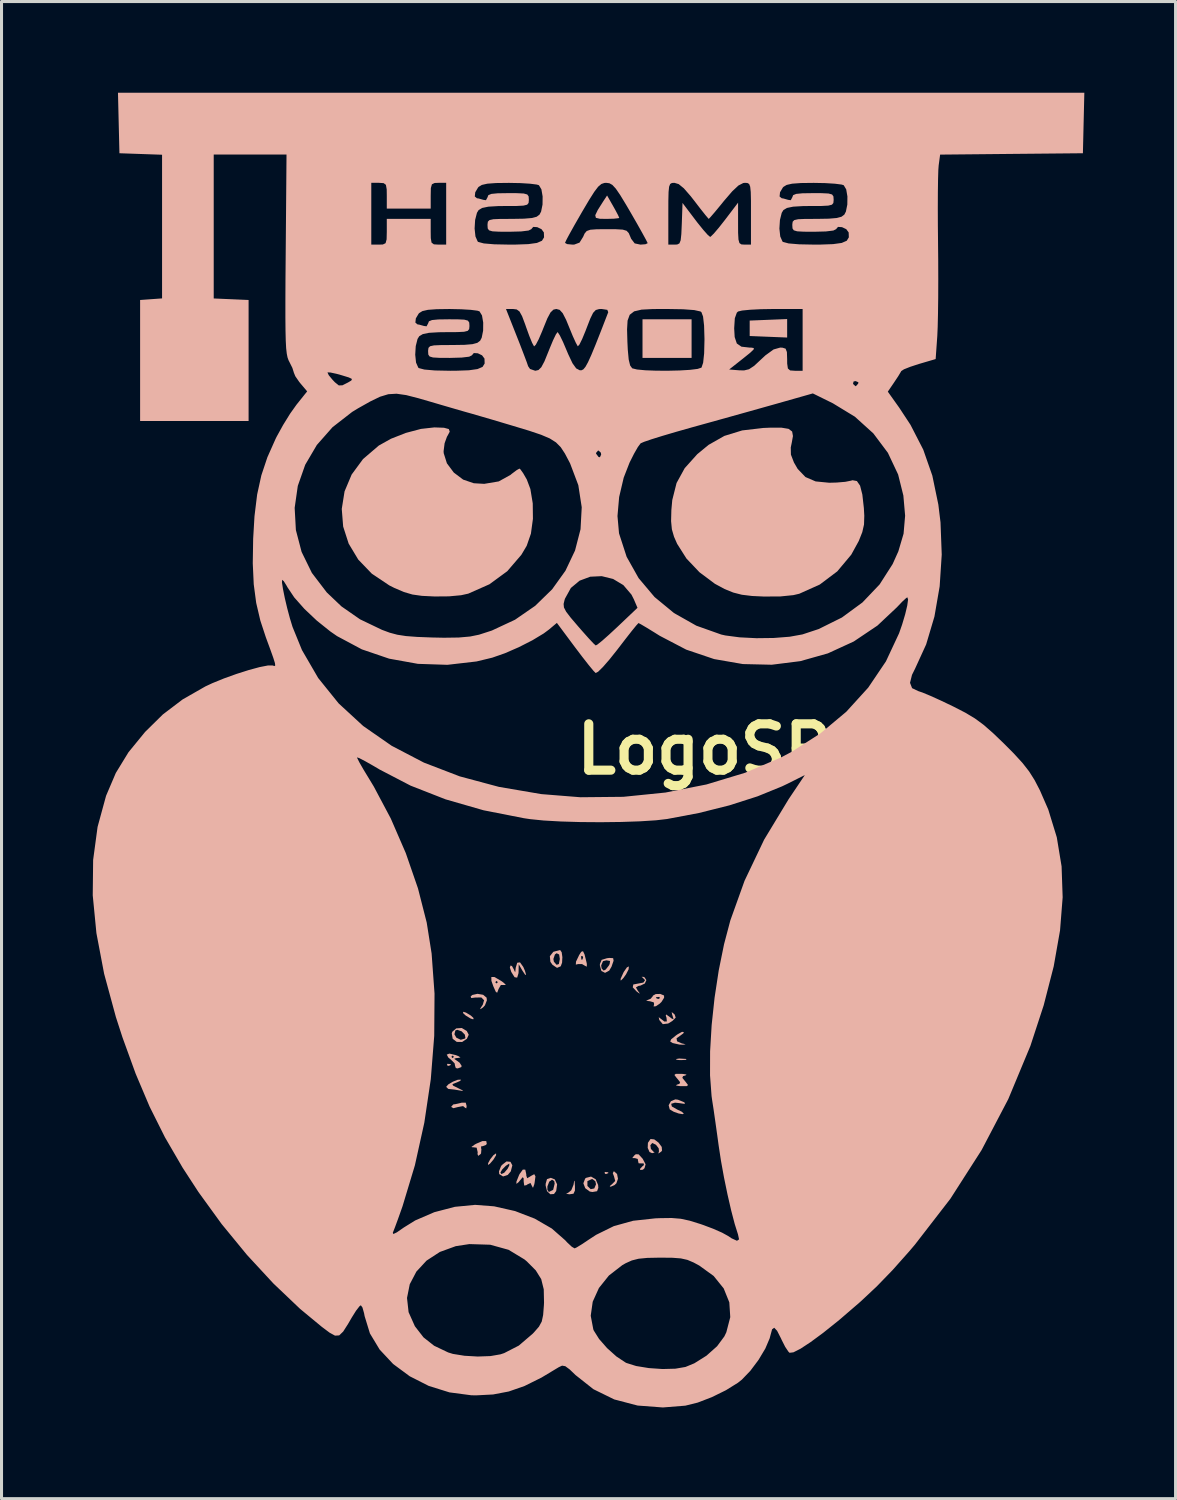
<source format=kicad_pcb>
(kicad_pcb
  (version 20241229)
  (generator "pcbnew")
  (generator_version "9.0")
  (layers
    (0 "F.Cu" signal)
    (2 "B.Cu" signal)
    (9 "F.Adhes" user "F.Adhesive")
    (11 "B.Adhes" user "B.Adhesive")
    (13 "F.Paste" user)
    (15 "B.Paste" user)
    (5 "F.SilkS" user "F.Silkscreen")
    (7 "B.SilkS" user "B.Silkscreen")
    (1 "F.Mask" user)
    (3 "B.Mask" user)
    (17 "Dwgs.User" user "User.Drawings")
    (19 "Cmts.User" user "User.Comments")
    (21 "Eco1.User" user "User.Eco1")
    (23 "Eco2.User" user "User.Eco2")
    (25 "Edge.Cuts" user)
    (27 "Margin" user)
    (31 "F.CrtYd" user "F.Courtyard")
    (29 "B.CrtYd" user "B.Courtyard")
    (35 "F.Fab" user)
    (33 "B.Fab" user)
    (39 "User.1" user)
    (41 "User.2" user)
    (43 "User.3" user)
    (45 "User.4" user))
  (footprint "LogoSR"
    (layer "F.Cu")
    (at 17.401 21.59)
    (property "Reference" "LogoSR" (at 2.723 0 0) (layer "F.SilkS") (effects (font (size 1.524 1.524) (thickness 0.3))))
    (attr board_only exclude_from_pos_files exclude_from_bom)
    (fp_poly (pts (xy 0.68 -12.869) (xy 2.294 -12.869) (xy 2.294 -14.139) (xy 0.68 -14.139)) (stroke (width 0) (type solid)) (fill yes) (layer "B.SilkS"))
    (fp_poly (pts (xy -5.748 10.358) (xy -5.737 10.408) (xy -5.692 10.414) (xy -5.622 10.383) (xy -5.635 10.358) (xy -5.736 10.347)) (stroke (width 0) (type solid)) (fill yes) (layer "B.SilkS"))
    (fp_poly (pts (xy -0.566 13.914) (xy -0.555 13.964) (xy -0.51 13.97) (xy -0.44 13.939) (xy -0.453 13.914) (xy -0.554 13.903)) (stroke (width 0) (type solid)) (fill yes) (layer "B.SilkS"))
    (fp_poly (pts (xy 4.821 -14.122) (xy 4.205 -14.097) (xy 4.205 -13.589) (xy 4.821 -13.564) (xy 5.437 -13.539) (xy 5.437 -14.147)) (stroke (width 0) (type solid)) (fill yes) (layer "B.SilkS"))
    (fp_poly (pts (xy -5.223 8.677) (xy -5.134 8.76) (xy -4.974 8.857) (xy -4.885 8.885) (xy -4.876 8.844) (xy -4.965 8.76) (xy -5.125 8.663) (xy -5.214 8.636)) (stroke (width 0) (type solid)) (fill yes) (layer "B.SilkS"))
    (fp_poly (pts (xy 1.805 10.186) (xy 1.779 10.211) (xy 1.896 10.224) (xy 1.954 10.225) (xy 2.108 10.216) (xy 2.127 10.194) (xy 2.103 10.186) (xy 1.887 10.173)) (stroke (width 0) (type solid)) (fill yes) (layer "B.SilkS"))
    (fp_poly (pts (xy -4.222 13.352) (xy -4.325 13.482) (xy -4.397 13.614) (xy -4.402 13.674) (xy -4.339 13.633) (xy -4.224 13.499) (xy -4.222 13.496) (xy -4.136 13.355) (xy -4.136 13.293) (xy -4.138 13.293)) (stroke (width 0) (type solid)) (fill yes) (layer "B.SilkS"))
    (fp_poly (pts (xy 0.165 7.178) (xy 0.066 7.322) (xy 0.047 7.358) (xy -0.041 7.555) (xy -0.035 7.612) (xy 0.053 7.524) (xy 0.137 7.406) (xy 0.222 7.241) (xy 0.231 7.144) (xy 0.23 7.144)) (stroke (width 0) (type solid)) (fill yes) (layer "B.SilkS"))
    (fp_poly (pts (xy -1.589 14.325) (xy -1.663 14.506) (xy -1.768 14.59) (xy -1.834 14.62) (xy -1.734 14.637) (xy -1.72 14.638) (xy -1.589 14.619) (xy -1.542 14.514) (xy -1.542 14.372) (xy -1.552 14.202) (xy -1.566 14.193)) (stroke (width 0) (type solid)) (fill yes) (layer "B.SilkS"))
    (fp_poly (pts (xy -0.297 13.946) (xy -0.257 14.05) (xy -0.218 14.199) (xy -0.318 14.302) (xy -0.398 14.37) (xy -0.371 14.391) (xy -0.24 14.335) (xy -0.179 14.277) (xy -0.127 14.128) (xy -0.157 13.971) (xy -0.251 13.887) (xy -0.267 13.885)) (stroke (width 0) (type solid)) (fill yes) (layer "B.SilkS"))
    (fp_poly (pts (xy -5.288 11.631) (xy -5.464 11.672) (xy -5.543 11.683) (xy -5.605 11.749) (xy -5.607 11.767) (xy -5.54 11.807) (xy -5.4 11.771) (xy -5.221 11.737) (xy -5.152 11.794) (xy -5.116 11.812) (xy -5.104 11.738) (xy -5.134 11.626) (xy -5.265 11.625)) (stroke (width 0) (type solid)) (fill yes) (layer "B.SilkS"))
    (fp_poly (pts (xy -0.612 -18.017) (xy -0.792 -17.733) (xy -0.874 -17.562) (xy -0.853 -17.476) (xy -0.723 -17.445) (xy -0.513 -17.441) (xy -0.269 -17.447) (xy -0.114 -17.463) (xy -0.085 -17.475) (xy -0.123 -17.562) (xy -0.22 -17.745) (xy -0.285 -17.86) (xy -0.485 -18.211)) (stroke (width 0) (type solid)) (fill yes) (layer "B.SilkS"))
    (fp_poly (pts (xy -4.918 8.083) (xy -4.972 8.131) (xy -4.953 8.184) (xy -4.816 8.167) (xy -4.62 8.165) (xy -4.53 8.257) (xy -4.575 8.408) (xy -4.59 8.428) (xy -4.656 8.529) (xy -4.651 8.551) (xy -4.568 8.495) (xy -4.503 8.425) (xy -4.438 8.259) (xy -4.448 8.171) (xy -4.561 8.077) (xy -4.747 8.045)) (stroke (width 0) (type solid)) (fill yes) (layer "B.SilkS"))
    (fp_poly (pts (xy 1.834 9.376) (xy 1.78 9.414) (xy 1.622 9.542) (xy 1.591 9.613) (xy 1.673 9.665) (xy 1.674 9.665) (xy 1.893 9.714) (xy 1.996 9.719) (xy 2.098 9.711) (xy 2.039 9.69) (xy 1.975 9.677) (xy 1.815 9.606) (xy 1.8 9.506) (xy 1.911 9.429) (xy 2.024 9.344) (xy 2.039 9.302) (xy 1.98 9.296)) (stroke (width 0) (type solid)) (fill yes) (layer "B.SilkS"))
    (fp_poly (pts (xy -5.391 10.87) (xy -5.554 10.934) (xy -5.707 11.024) (xy -5.777 11.104) (xy -5.777 11.105) (xy -5.709 11.172) (xy -5.67 11.177) (xy -5.508 11.194) (xy -5.352 11.22) (xy -5.226 11.241) (xy -5.243 11.217) (xy -5.389 11.145) (xy -5.552 11.063) (xy -5.571 11.016) (xy -5.459 10.971) (xy -5.446 10.967) (xy -5.313 10.908) (xy -5.292 10.869)) (stroke (width 0) (type solid)) (fill yes) (layer "B.SilkS"))
    (fp_poly (pts (xy 0.649 7.489) (xy 0.677 7.506) (xy 0.765 7.596) (xy 0.709 7.675) (xy 0.552 7.705) (xy 0.377 7.738) (xy 0.359 7.832) (xy 0.488 7.969) (xy 0.589 8.043) (xy 0.569 8) (xy 0.526 7.944) (xy 0.465 7.834) (xy 0.543 7.786) (xy 0.611 7.775) (xy 0.756 7.706) (xy 0.807 7.595) (xy 0.747 7.502) (xy 0.699 7.485)) (stroke (width 0) (type solid)) (fill yes) (layer "B.SilkS"))
    (fp_poly (pts (xy -4.586 12.888) (xy -4.791 12.976) (xy -4.842 13.005) (xy -4.946 13.081) (xy -4.919 13.093) (xy -4.906 13.09) (xy -4.775 13.105) (xy -4.74 13.257) (xy -4.747 13.314) (xy -4.722 13.375) (xy -4.645 13.315) (xy -4.63 13.293) (xy -4.618 13.15) (xy -4.631 13.121) (xy -4.622 13.056) (xy -4.583 13.058) (xy -4.466 13.015) (xy -4.442 12.975) (xy -4.459 12.887)) (stroke (width 0) (type solid)) (fill yes) (layer "B.SilkS"))
    (fp_poly (pts (xy 1.615 11.576) (xy 1.54 11.709) (xy 1.574 11.842) (xy 1.582 11.85) (xy 1.705 11.923) (xy 1.869 11.981) (xy 2.002 12.003) (xy 2.039 11.984) (xy 1.969 11.921) (xy 1.826 11.853) (xy 1.645 11.75) (xy 1.623 11.662) (xy 1.749 11.625) (xy 1.89 11.64) (xy 2.059 11.664) (xy 2.079 11.638) (xy 2.039 11.606) (xy 1.844 11.527) (xy 1.76 11.516)) (stroke (width 0) (type solid)) (fill yes) (layer "B.SilkS"))
    (fp_poly (pts (xy -4.289 7.62) (xy -4.225 7.8) (xy -4.146 7.977) (xy -4.101 8.01) (xy -4.063 7.913) (xy -4.058 7.894) (xy -3.979 7.755) (xy -3.852 7.755) (xy -3.814 7.747) (xy -3.902 7.668) (xy -3.911 7.662) (xy -4.078 7.662) (xy -4.12 7.705) (xy -4.163 7.662) (xy -4.12 7.62) (xy -4.078 7.662) (xy -3.911 7.662) (xy -3.975 7.617) (xy -4.191 7.492) (xy -4.292 7.491)) (stroke (width 0) (type solid)) (fill yes) (layer "B.SilkS"))
    (fp_poly (pts (xy 0.408 13.362) (xy 0.343 13.446) (xy 0.414 13.449) (xy 0.425 13.447) (xy 0.524 13.476) (xy 0.531 13.525) (xy 0.55 13.616) (xy 0.573 13.621) (xy 0.718 13.622) (xy 0.727 13.676) (xy 0.682 13.713) (xy 0.599 13.802) (xy 0.606 13.84) (xy 0.693 13.829) (xy 0.746 13.78) (xy 0.782 13.652) (xy 0.688 13.474) (xy 0.678 13.461) (xy 0.553 13.325) (xy 0.46 13.32)) (stroke (width 0) (type solid)) (fill yes) (layer "B.SilkS"))
    (fp_poly (pts (xy 1.729 10.714) (xy 1.804 10.813) (xy 1.82 10.83) (xy 1.917 10.951) (xy 1.894 11.006) (xy 1.812 11.032) (xy 1.78 11.06) (xy 1.894 11.079) (xy 1.946 11.082) (xy 2.134 11.082) (xy 2.178 11.046) (xy 2.103 10.947) (xy 2.088 10.929) (xy 1.99 10.808) (xy 2.013 10.753) (xy 2.096 10.728) (xy 2.128 10.7) (xy 2.014 10.68) (xy 1.962 10.678) (xy 1.773 10.678)) (stroke (width 0) (type solid)) (fill yes) (layer "B.SilkS"))
    (fp_poly (pts (xy -3.44 7.023) (xy -3.491 7.193) (xy -3.493 7.223) (xy -3.507 7.336) (xy -3.534 7.287) (xy -3.542 7.26) (xy -3.611 7.135) (xy -3.657 7.112) (xy -3.683 7.177) (xy -3.637 7.324) (xy -3.527 7.499) (xy -3.442 7.513) (xy -3.398 7.367) (xy -3.395 7.303) (xy -3.392 7.07) (xy -3.271 7.281) (xy -3.178 7.42) (xy -3.149 7.416) (xy -3.188 7.284) (xy -3.241 7.161) (xy -3.348 7.011)) (stroke (width 0) (type solid)) (fill yes) (layer "B.SilkS"))
    (fp_poly (pts (xy -2.461 14.138) (xy -2.504 14.288) (xy -2.506 14.35) (xy -2.46 14.536) (xy -2.352 14.637) (xy -2.232 14.629) (xy -2.159 14.532) (xy -2.129 14.311) (xy -2.14 14.287) (xy -2.209 14.287) (xy -2.258 14.491) (xy -2.399 14.563) (xy -2.448 14.493) (xy -2.448 14.379) (xy -2.388 14.223) (xy -2.296 14.158) (xy -2.223 14.204) (xy -2.209 14.287) (xy -2.14 14.287) (xy -2.205 14.149) (xy -2.337 14.097)) (stroke (width 0) (type solid)) (fill yes) (layer "B.SilkS"))
    (fp_poly (pts (xy -1.336 6.664) (xy -1.405 6.773) (xy -1.507 6.987) (xy -1.513 7.085) (xy -1.44 7.067) (xy -1.308 7.067) (xy -1.235 7.11) (xy -1.154 7.153) (xy -1.15 7.065) (xy -1.161 7.011) (xy -1.199 6.858) (xy -1.274 6.858) (xy -1.305 6.928) (xy -1.331 6.914) (xy -1.341 6.814) (xy -1.331 6.802) (xy -1.28 6.813) (xy -1.274 6.858) (xy -1.199 6.858) (xy -1.225 6.752) (xy -1.277 6.643)) (stroke (width 0) (type solid)) (fill yes) (layer "B.SilkS"))
    (fp_poly (pts (xy 1.652 8.721) (xy 1.667 8.763) (xy 1.701 8.878) (xy 1.648 8.864) (xy 1.572 8.805) (xy 1.458 8.724) (xy 1.445 8.761) (xy 1.468 8.826) (xy 1.481 8.953) (xy 1.399 8.956) (xy 1.286 8.869) (xy 1.213 8.813) (xy 1.23 8.896) (xy 1.236 8.911) (xy 1.347 9.043) (xy 1.524 9.022) (xy 1.662 8.938) (xy 1.771 8.829) (xy 1.74 8.731) (xy 1.715 8.705) (xy 1.64 8.645)) (stroke (width 0) (type solid)) (fill yes) (layer "B.SilkS"))
    (fp_poly (pts (xy -5.446 9.182) (xy -5.575 9.292) (xy -5.593 9.346) (xy -5.563 9.524) (xy -5.43 9.626) (xy -5.252 9.629) (xy -5.097 9.525) (xy -5.084 9.497) (xy -5.145 9.497) (xy -5.157 9.515) (xy -5.297 9.557) (xy -5.442 9.488) (xy -5.506 9.376) (xy -5.475 9.251) (xy -5.411 9.229) (xy -5.269 9.279) (xy -5.163 9.388) (xy -5.145 9.497) (xy -5.084 9.497) (xy -5.035 9.391) (xy -5.1 9.267) (xy -5.264 9.169)) (stroke (width 0) (type solid)) (fill yes) (layer "B.SilkS"))
    (fp_poly (pts (xy -3.944 13.674) (xy -3.975 13.719) (xy -4.04 13.883) (xy -4.033 13.973) (xy -3.906 14.052) (xy -3.752 14.002) (xy -3.652 13.884) (xy -3.602 13.691) (xy -3.701 13.691) (xy -3.758 13.801) (xy -3.87 13.932) (xy -3.963 13.973) (xy -3.993 13.922) (xy -3.936 13.824) (xy -3.817 13.703) (xy -3.711 13.633) (xy -3.701 13.631) (xy -3.701 13.691) (xy -3.602 13.691) (xy -3.601 13.686) (xy -3.663 13.57) (xy -3.793 13.558)) (stroke (width 0) (type solid)) (fill yes) (layer "B.SilkS"))
    (fp_poly (pts (xy -2.253 6.663) (xy -2.367 6.808) (xy -2.35 6.993) (xy -2.277 7.095) (xy -2.131 7.191) (xy -2.011 7.141) (xy -2.01 7.14) (xy -1.965 7.021) (xy -1.959 6.9) (xy -2.039 6.9) (xy -2.071 7.065) (xy -2.145 7.091) (xy -2.235 6.988) (xy -2.251 6.9) (xy -2.201 6.752) (xy -2.145 6.71) (xy -2.062 6.752) (xy -2.039 6.9) (xy -1.959 6.9) (xy -1.955 6.842) (xy -1.978 6.678) (xy -2.03 6.604) (xy -2.032 6.604)) (stroke (width 0) (type solid)) (fill yes) (layer "B.SilkS"))
    (fp_poly (pts (xy -1.178 14.098) (xy -1.207 14.123) (xy -1.265 14.277) (xy -1.203 14.439) (xy -1.054 14.548) (xy -0.966 14.563) (xy -0.814 14.537) (xy -0.773 14.426) (xy -0.78 14.331) (xy -0.79 14.309) (xy -0.849 14.309) (xy -0.906 14.446) (xy -1.024 14.47) (xy -1.128 14.368) (xy -1.132 14.359) (xy -1.132 14.205) (xy -0.992 14.14) (xy -0.963 14.139) (xy -0.871 14.21) (xy -0.849 14.309) (xy -0.79 14.309) (xy -0.861 14.143) (xy -1.012 14.056)) (stroke (width 0) (type solid)) (fill yes) (layer "B.SilkS"))
    (fp_poly (pts (xy -0.488 6.874) (xy -0.664 6.928) (xy -0.721 7.065) (xy -0.722 7.111) (xy -0.671 7.295) (xy -0.551 7.355) (xy -0.415 7.282) (xy -0.34 7.155) (xy -0.274 6.965) (xy -0.388 6.965) (xy -0.4 7.063) (xy -0.425 7.112) (xy -0.529 7.246) (xy -0.598 7.281) (xy -0.664 7.21) (xy -0.68 7.112) (xy -0.62 6.971) (xy -0.507 6.943) (xy -0.388 6.965) (xy -0.274 6.965) (xy -0.271 6.955) (xy -0.286 6.872) (xy -0.406 6.865)) (stroke (width 0) (type solid)) (fill yes) (layer "B.SilkS"))
    (fp_poly (pts (xy 0.943 12.822) (xy 0.858 12.945) (xy 0.851 13.112) (xy 0.911 13.248) (xy 0.998 13.286) (xy 1.079 13.264) (xy 1.041 13.237) (xy 0.956 13.146) (xy 0.938 13.025) (xy 0.997 12.955) (xy 1.009 12.954) (xy 1.123 13.01) (xy 1.212 13.126) (xy 1.223 13.23) (xy 1.217 13.237) (xy 1.202 13.291) (xy 1.213 13.293) (xy 1.299 13.232) (xy 1.322 13.199) (xy 1.312 13.08) (xy 1.208 12.939) (xy 1.067 12.833) (xy 0.945 12.82)) (stroke (width 0) (type solid)) (fill yes) (layer "B.SilkS"))
    (fp_poly (pts (xy -5.758 10.044) (xy -5.706 10.141) (xy -5.621 10.21) (xy -5.5 10.331) (xy -5.483 10.42) (xy -5.46 10.487) (xy -5.399 10.499) (xy -5.283 10.457) (xy -5.267 10.418) (xy -5.332 10.314) (xy -5.416 10.251) (xy -5.514 10.183) (xy -5.454 10.16) (xy -5.394 10.156) (xy -5.307 10.139) (xy -5.338 10.118) (xy -5.522 10.118) (xy -5.564 10.16) (xy -5.607 10.118) (xy -5.564 10.075) (xy -5.522 10.118) (xy -5.338 10.118) (xy -5.37 10.096) (xy -5.463 10.06) (xy -5.671 10.011)) (stroke (width 0) (type solid)) (fill yes) (layer "B.SilkS"))
    (fp_poly (pts (xy -3.362 13.97) (xy -3.384 14.016) (xy -3.466 14.221) (xy -3.467 14.297) (xy -3.391 14.235) (xy -3.353 14.187) (xy -3.26 14.076) (xy -3.23 14.111) (xy -3.228 14.218) (xy -3.21 14.351) (xy -3.138 14.338) (xy -3.108 14.315) (xy -3.004 14.266) (xy -2.955 14.368) (xy -2.922 14.426) (xy -2.882 14.318) (xy -2.87 14.266) (xy -2.841 14.049) (xy -2.88 13.977) (xy -2.996 14.039) (xy -3.014 14.053) (xy -3.113 14.11) (xy -3.142 14.024) (xy -3.143 13.98) (xy -3.175 13.828) (xy -3.255 13.825)) (stroke (width 0) (type solid)) (fill yes) (layer "B.SilkS"))
    (fp_poly (pts (xy 1.115 8.053) (xy 1.023 8.105) (xy 1.019 8.122) (xy 0.949 8.207) (xy 0.871 8.239) (xy 0.798 8.27) (xy 0.889 8.286) (xy 0.918 8.288) (xy 1.049 8.325) (xy 1.062 8.382) (xy 1.045 8.461) (xy 1.12 8.453) (xy 1.243 8.371) (xy 1.304 8.312) (xy 1.39 8.175) (xy 1.39 8.156) (xy 1.246 8.156) (xy 1.234 8.207) (xy 1.189 8.213) (xy 1.119 8.182) (xy 1.133 8.156) (xy 1.233 8.146) (xy 1.246 8.156) (xy 1.39 8.156) (xy 1.388 8.1) (xy 1.265 8.049)) (stroke (width 0) (type solid)) (fill yes) (layer "B.SilkS"))
    (fp_poly (pts (xy 4.651 -10.565) (xy 3.958 -10.484) (xy 3.373 -10.304) (xy 2.853 -10.009) (xy 2.483 -9.705) (xy 2.068 -9.243) (xy 1.8 -8.755) (xy 1.659 -8.195) (xy 1.629 -7.865) (xy 1.62 -7.5) (xy 1.646 -7.23) (xy 1.717 -6.986) (xy 1.819 -6.754) (xy 2.125 -6.271) (xy 2.554 -5.819) (xy 3.059 -5.441) (xy 3.379 -5.268) (xy 3.665 -5.152) (xy 3.946 -5.08) (xy 4.283 -5.039) (xy 4.672 -5.021) (xy 5.214 -5.024) (xy 5.641 -5.067) (xy 5.837 -5.113) (xy 6.511 -5.416) (xy 7.086 -5.849) (xy 7.545 -6.397) (xy 7.792 -6.847) (xy 7.908 -7.138) (xy 7.965 -7.389) (xy 7.974 -7.679) (xy 7.96 -7.93) (xy 7.91 -8.376) (xy 7.836 -8.667) (xy 7.731 -8.819) (xy 7.587 -8.846) (xy 7.534 -8.831) (xy 7.35 -8.794) (xy 7.067 -8.77) (xy 6.823 -8.763) (xy 6.374 -8.807) (xy 6.039 -8.951) (xy 5.784 -9.217) (xy 5.661 -9.429) (xy 5.561 -9.688) (xy 5.556 -9.924) (xy 5.588 -10.077) (xy 5.628 -10.299) (xy 5.601 -10.448) (xy 5.483 -10.536) (xy 5.253 -10.574) (xy 4.887 -10.575)) (stroke (width 0) (type solid)) (fill yes) (layer "B.SilkS"))
    (fp_poly (pts (xy -6.606 -10.534) (xy -7.104 -10.402) (xy -7.593 -10.21) (xy -7.992 -9.987) (xy -8.512 -9.542) (xy -8.886 -9.033) (xy -9.119 -8.479) (xy -9.211 -7.902) (xy -9.165 -7.323) (xy -8.984 -6.761) (xy -8.669 -6.237) (xy -8.222 -5.772) (xy -7.647 -5.387) (xy -7.482 -5.304) (xy -7.166 -5.169) (xy -6.886 -5.087) (xy -6.573 -5.043) (xy -6.159 -5.023) (xy -6.159 -5.023) (xy -5.685 -5.027) (xy -5.286 -5.064) (xy -5.05 -5.116) (xy -4.353 -5.425) (xy -3.768 -5.854) (xy -3.304 -6.394) (xy -3.129 -6.689) (xy -2.99 -7.089) (xy -2.924 -7.576) (xy -2.93 -8.087) (xy -3.008 -8.558) (xy -3.125 -8.869) (xy -3.246 -9.079) (xy -3.339 -9.208) (xy -3.366 -9.229) (xy -3.457 -9.179) (xy -3.62 -9.057) (xy -3.664 -9.02) (xy -4.049 -8.807) (xy -4.526 -8.727) (xy -4.869 -8.747) (xy -5.218 -8.866) (xy -5.526 -9.098) (xy -5.753 -9.402) (xy -5.858 -9.735) (xy -5.862 -9.799) (xy -5.829 -10.062) (xy -5.75 -10.28) (xy -5.737 -10.299) (xy -5.66 -10.443) (xy -5.69 -10.529) (xy -5.849 -10.572) (xy -6.155 -10.583) (xy -6.169 -10.583)) (stroke (width 0) (type solid)) (fill yes) (layer "B.SilkS"))
    (fp_poly (pts (xy -16.547 -20.595) (xy -16.523 -19.6) (xy -15.121 -19.551) (xy -15.121 -14.826) (xy -15.482 -14.8) (xy -15.843 -14.774) (xy -15.843 -10.795) (xy -12.275 -10.795) (xy -12.275 -14.774) (xy -12.849 -14.799) (xy -13.422 -14.824) (xy -13.422 -19.558) (xy -12.225 -19.558) (xy -11.028 -19.558) (xy -11.055 -16.277) (xy -11.062 -15.437) (xy -11.065 -14.75) (xy -11.065 -14.199) (xy -11.061 -13.766) (xy -11.053 -13.435) (xy -11.04 -13.189) (xy -11.02 -13.012) (xy -10.995 -12.886) (xy -10.963 -12.795) (xy -10.936 -12.742) (xy -10.836 -12.542) (xy -10.79 -12.397) (xy -10.789 -12.389) (xy -10.738 -12.265) (xy -10.611 -12.081) (xy -10.569 -12.029) (xy -10.349 -11.769) (xy -10.7 -11.33) (xy -10.908 -11.038) (xy -11.14 -10.663) (xy -11.353 -10.277) (xy -11.387 -10.208) (xy -11.657 -9.602) (xy -11.856 -9.006) (xy -11.994 -8.376) (xy -12.081 -7.665) (xy -12.125 -6.921) (xy -12.138 -6.112) (xy -12.106 -5.423) (xy -12.025 -4.811) (xy -11.889 -4.231) (xy -11.709 -3.683) (xy -11.559 -3.275) (xy -11.461 -3) (xy -11.41 -2.835) (xy -11.399 -2.755) (xy -11.423 -2.735) (xy -11.475 -2.75) (xy -11.483 -2.753) (xy -11.638 -2.754) (xy -11.914 -2.7) (xy -12.271 -2.603) (xy -12.674 -2.475) (xy -13.086 -2.327) (xy -13.469 -2.171) (xy -13.696 -2.065) (xy -14.446 -1.636) (xy -15.094 -1.144) (xy -15.679 -0.568) (xy -16.226 0.101) (xy -16.642 0.781) (xy -16.96 1.526) (xy -16.964 1.538) (xy -17.242 2.556) (xy -17.388 3.643) (xy -17.401 4.806) (xy -17.28 6.05) (xy -17.027 7.383) (xy -16.639 8.811) (xy -16.424 9.475) (xy -15.989 10.674) (xy -15.531 11.755) (xy -15.024 12.768) (xy -14.444 13.765) (xy -13.925 14.563) (xy -13.161 15.617) (xy -12.329 16.631) (xy -11.459 17.572) (xy -10.58 18.408) (xy -9.869 18.996) (xy -9.612 19.189) (xy -9.433 19.287) (xy -9.296 19.279) (xy -9.165 19.154) (xy -9.004 18.902) (xy -8.881 18.69) (xy -8.742 18.468) (xy -8.629 18.322) (xy -8.583 18.288) (xy -8.53 18.363) (xy -8.477 18.551) (xy -8.46 18.643) (xy -8.285 19.214) (xy -7.965 19.745) (xy -7.521 20.22) (xy -6.976 20.623) (xy -6.351 20.94) (xy -5.669 21.153) (xy -4.952 21.248) (xy -4.792 21.251) (xy -4.235 21.222) (xy -3.719 21.124) (xy -3.202 20.944) (xy -2.645 20.668) (xy -2.074 20.325) (xy -1.965 20.274) (xy -1.859 20.292) (xy -1.716 20.398) (xy -1.522 20.584) (xy -0.934 21.049) (xy -0.249 21.385) (xy 0.518 21.586) (xy 1.35 21.649) (xy 2.089 21.59) (xy 2.495 21.489) (xy 2.963 21.309) (xy 3.426 21.081) (xy 3.818 20.837) (xy 3.949 20.733) (xy 4.228 20.442) (xy 4.497 20.083) (xy 4.72 19.71) (xy 4.862 19.376) (xy 4.887 19.28) (xy 4.942 19.079) (xy 5.012 19.027) (xy 5.107 19.128) (xy 5.239 19.387) (xy 5.255 19.424) (xy 5.372 19.655) (xy 5.48 19.816) (xy 5.516 19.851) (xy 5.643 19.836) (xy 5.879 19.716) (xy 6.209 19.499) (xy 6.619 19.197) (xy 7.092 18.819) (xy 7.211 18.72) (xy 7.258 18.679) (xy 3.566 18.679) (xy 3.437 19.176) (xy 3.372 19.312) (xy 3.133 19.635) (xy 2.784 19.946) (xy 2.384 20.197) (xy 2.093 20.317) (xy 1.761 20.374) (xy 1.339 20.385) (xy 0.888 20.354) (xy 0.471 20.286) (xy 0.152 20.186) (xy 0.122 20.171) (xy -0.177 19.973) (xy -0.484 19.698) (xy -0.748 19.397) (xy -0.922 19.12) (xy -0.938 19.082) (xy -1.023 18.633) (xy -0.962 18.2) (xy -2.559 18.2) (xy -2.563 18.285) (xy -2.588 18.608) (xy -2.634 18.823) (xy -2.726 18.992) (xy -2.888 19.178) (xy -2.933 19.225) (xy -3.388 19.614) (xy -3.869 19.861) (xy -3.992 19.902) (xy -4.32 19.959) (xy -4.739 19.974) (xy -5.174 19.949) (xy -5.554 19.888) (xy -5.711 19.84) (xy -6.174 19.619) (xy -6.522 19.344) (xy -6.806 18.978) (xy -7.013 18.515) (xy -7.065 18.048) (xy -6.975 17.597) (xy -6.757 17.181) (xy -6.423 16.82) (xy -5.986 16.535) (xy -5.461 16.344) (xy -5.014 16.276) (xy -4.328 16.297) (xy -3.725 16.464) (xy -3.203 16.78) (xy -3.126 16.844) (xy -2.831 17.14) (xy -2.651 17.429) (xy -2.568 17.764) (xy -2.559 18.2) (xy -0.962 18.2) (xy -0.957 18.17) (xy -0.753 17.72) (xy -0.425 17.31) (xy 0.015 16.969) (xy 0.127 16.905) (xy 0.329 16.814) (xy 0.55 16.758) (xy 0.841 16.73) (xy 1.25 16.722) (xy 1.274 16.722) (xy 1.666 16.726) (xy 1.942 16.747) (xy 2.156 16.795) (xy 2.361 16.882) (xy 2.548 16.983) (xy 3.019 17.324) (xy 3.35 17.734) (xy 3.535 18.192) (xy 3.566 18.679) (xy 7.258 18.679) (xy 7.837 18.18) (xy 8.385 17.667) (xy 8.905 17.13) (xy 9.449 16.518) (xy 9.636 16.298) (xy 10.805 14.786) (xy 11.831 13.185) (xy 12.71 11.507) (xy 13.437 9.759) (xy 13.874 8.424) (xy 14.204 7.141) (xy 14.412 5.961) (xy 14.498 4.871) (xy 14.463 3.854) (xy 14.305 2.897) (xy 14.025 1.984) (xy 13.751 1.355) (xy 13.576 1.018) (xy 13.471 0.851) (xy 6.018 0.851) (xy 5.485 1.645) (xy 4.681 2.973) (xy 4.036 4.327) (xy 3.569 5.63) (xy 3.362 6.414) (xy 3.187 7.275) (xy 3.05 8.174) (xy 2.954 9.075) (xy 2.903 9.939) (xy 2.901 10.728) (xy 2.951 11.404) (xy 2.971 11.547) (xy 3.018 11.851) (xy 3.077 12.262) (xy 3.141 12.718) (xy 3.185 13.039) (xy 3.261 13.538) (xy 3.361 14.089) (xy 3.476 14.647) (xy 3.596 15.169) (xy 3.712 15.613) (xy 3.813 15.935) (xy 3.818 15.948) (xy 3.856 16.121) (xy 3.787 16.167) (xy 3.609 16.086) (xy 3.489 16.006) (xy 3.297 15.9) (xy 3.001 15.77) (xy 2.657 15.641) (xy 2.584 15.616) (xy 2.23 15.506) (xy 1.938 15.443) (xy 1.639 15.418) (xy 1.263 15.423) (xy 1.105 15.429) (xy 0.371 15.509) (xy -0.263 15.685) (xy -0.844 15.971) (xy -1.082 16.126) (xy -1.312 16.28) (xy -1.486 16.386) (xy -1.553 16.417) (xy -1.645 16.364) (xy -1.797 16.222) (xy -1.863 16.15) (xy -2.303 15.764) (xy -2.865 15.439) (xy -3.511 15.19) (xy -4.2 15.034) (xy -4.825 14.986) (xy -5.489 15.05) (xy -6.167 15.227) (xy -6.795 15.498) (xy -7.169 15.73) (xy -7.398 15.889) (xy -7.514 15.945) (xy -7.532 15.903) (xy -7.52 15.873) (xy -7.459 15.717) (xy -7.361 15.451) (xy -7.245 15.125) (xy -7.211 15.028) (xy -6.806 13.686) (xy -6.496 12.284) (xy -6.283 10.854) (xy -6.17 9.428) (xy -6.16 8.039) (xy -6.256 6.719) (xy -6.417 5.702) (xy -6.704 4.578) (xy -7.105 3.418) (xy -7.598 2.281) (xy -8.158 1.227) (xy -8.311 0.974) (xy -8.491 0.678) (xy -8.627 0.442) (xy -8.7 0.297) (xy -8.707 0.268) (xy -8.628 0.297) (xy -8.436 0.397) (xy -8.165 0.551) (xy -7.969 0.667) (xy -6.946 1.199) (xy -5.797 1.649) (xy -4.547 2.009) (xy -3.224 2.269) (xy -3.016 2.3) (xy -2.572 2.345) (xy -2.009 2.377) (xy -1.369 2.396) (xy -0.693 2.401) (xy -0.024 2.393) (xy 0.596 2.372) (xy 1.126 2.338) (xy 1.487 2.296) (xy 2.532 2.099) (xy 3.537 1.847) (xy 4.464 1.55) (xy 5.271 1.221) (xy 5.451 1.135) (xy 6.018 0.851) (xy 13.471 0.851) (xy 13.395 0.731) (xy 13.176 0.451) (xy 12.887 0.136) (xy 12.577 -0.176) (xy 12.204 -0.534) (xy 11.898 -0.801) (xy 11.612 -1.012) (xy 11.299 -1.2) (xy 10.91 -1.4) (xy 10.867 -1.421) (xy 10.492 -1.6) (xy 10.152 -1.754) (xy 9.887 -1.864) (xy 9.751 -1.91) (xy 9.546 -2.008) (xy 9.478 -2.183) (xy 9.543 -2.445) (xy 9.642 -2.644) (xy 10.009 -3.447) (xy 10.281 -4.362) (xy 10.378 -4.922) (xy 9.414 -4.922) (xy 9.387 -4.724) (xy 9.319 -4.438) (xy 9.218 -4.099) (xy 9.117 -3.81) (xy 8.686 -2.889) (xy 8.103 -2.025) (xy 7.381 -1.231) (xy 6.532 -0.521) (xy 5.571 0.094) (xy 5.224 0.276) (xy 4.054 0.775) (xy 2.782 1.16) (xy 1.437 1.425) (xy 0.047 1.566) (xy -1.361 1.58) (xy -2.647 1.477) (xy -4.042 1.239) (xy -5.332 0.893) (xy -6.509 0.441) (xy -7.569 -0.112) (xy -8.505 -0.762) (xy -9.313 -1.506) (xy -9.986 -2.341) (xy -10.52 -3.261) (xy -10.83 -4.022) (xy -10.917 -4.306) (xy -11.005 -4.636) (xy -11.084 -4.97) (xy -11.144 -5.266) (xy -11.177 -5.48) (xy -11.173 -5.571) (xy -11.118 -5.526) (xy -11.023 -5.374) (xy -10.997 -5.326) (xy -10.774 -4.992) (xy -10.439 -4.614) (xy -10.032 -4.229) (xy -9.589 -3.874) (xy -9.365 -3.719) (xy -8.551 -3.284) (xy -7.654 -2.978) (xy -6.706 -2.807) (xy -5.736 -2.775) (xy -4.777 -2.886) (xy -4.263 -3.01) (xy -3.845 -3.156) (xy -3.386 -3.356) (xy -2.942 -3.582) (xy -2.569 -3.807) (xy -2.398 -3.934) (xy -2.136 -4.154) (xy -1.542 -3.356) (xy -1.301 -3.038) (xy -1.091 -2.77) (xy -0.936 -2.582) (xy -0.861 -2.505) (xy -0.78 -2.548) (xy -0.621 -2.704) (xy -0.407 -2.95) (xy -0.159 -3.261) (xy -0.129 -3.3) (xy 0.118 -3.621) (xy 0.326 -3.887) (xy 0.476 -4.071) (xy 0.547 -4.148) (xy 0.549 -4.149) (xy 0.631 -4.106) (xy 0.822 -3.993) (xy 1.089 -3.829) (xy 1.247 -3.73) (xy 2.119 -3.274) (xy 3.036 -2.964) (xy 3.981 -2.8) (xy 4.932 -2.778) (xy 5.87 -2.896) (xy 6.775 -3.151) (xy 7.627 -3.542) (xy 8.407 -4.066) (xy 9.045 -4.666) (xy 9.221 -4.851) (xy 9.351 -4.971) (xy 9.391 -4.995) (xy 9.414 -4.922) (xy 10.378 -4.922) (xy 10.453 -5.356) (xy 10.521 -6.4) (xy 10.481 -7.46) (xy 10.454 -7.679) (xy 9.317 -7.679) (xy 9.266 -7.087) (xy 9.094 -6.506) (xy 8.906 -6.088) (xy 8.477 -5.418) (xy 7.913 -4.826) (xy 7.238 -4.331) (xy 6.475 -3.952) (xy 5.94 -3.775) (xy 5.519 -3.699) (xy 4.993 -3.658) (xy 4.424 -3.651) (xy 3.874 -3.679) (xy 3.404 -3.741) (xy 3.27 -3.771) (xy 2.451 -4.062) (xy 1.714 -4.479) (xy 1.507 -4.65) (xy 0.515 -4.65) (xy -0.146 -4.022) (xy -0.42 -3.768) (xy -0.648 -3.566) (xy -0.804 -3.441) (xy -0.859 -3.412) (xy -0.933 -3.479) (xy -1.09 -3.647) (xy -1.303 -3.886) (xy -1.439 -4.042) (xy -1.683 -4.328) (xy -1.832 -4.523) (xy -1.904 -4.661) (xy -1.915 -4.778) (xy -1.883 -4.911) (xy -1.87 -4.951) (xy -1.676 -5.303) (xy -1.388 -5.543) (xy -1.039 -5.673) (xy -0.661 -5.691) (xy -0.287 -5.599) (xy 0.05 -5.397) (xy 0.316 -5.085) (xy 0.396 -4.928) (xy 0.515 -4.65) (xy 1.507 -4.65) (xy 1.075 -5.006) (xy 0.551 -5.628) (xy 0.158 -6.328) (xy -0.089 -7.089) (xy -0.093 -7.106) (xy -0.143 -7.667) (xy -0.118 -7.957) (xy -1.319 -7.957) (xy -1.358 -7.235) (xy -1.539 -6.534) (xy -1.854 -5.87) (xy -2.293 -5.258) (xy -2.849 -4.716) (xy -3.513 -4.258) (xy -4.276 -3.902) (xy -4.696 -3.766) (xy -4.989 -3.706) (xy -5.363 -3.673) (xy -5.85 -3.666) (xy -6.244 -3.674) (xy -6.734 -3.693) (xy -7.1 -3.721) (xy -7.385 -3.765) (xy -7.635 -3.832) (xy -7.889 -3.926) (xy -8.61 -4.272) (xy -9.219 -4.695) (xy -9.703 -5.155) (xy -10.194 -5.798) (xy -10.532 -6.489) (xy -10.72 -7.208) (xy -10.76 -7.938) (xy -10.657 -8.66) (xy -10.413 -9.355) (xy -10.031 -10.005) (xy -9.515 -10.59) (xy -8.867 -11.094) (xy -8.673 -11.212) (xy -8.269 -11.439) (xy -7.953 -11.592) (xy -7.68 -11.675) (xy -7.409 -11.691) (xy -7.093 -11.646) (xy -6.691 -11.543) (xy -6.329 -11.438) (xy -5.907 -11.314) (xy -5.533 -11.205) (xy -5.243 -11.121) (xy -5.072 -11.072) (xy -5.055 -11.068) (xy -4.918 -11.029) (xy -4.65 -10.951) (xy -4.283 -10.844) (xy -3.85 -10.715) (xy -3.568 -10.631) (xy -3.043 -10.472) (xy -2.654 -10.341) (xy -2.37 -10.22) (xy -2.165 -10.09) (xy -2.008 -9.931) (xy -1.873 -9.725) (xy -1.73 -9.454) (xy -1.701 -9.398) (xy -1.431 -8.683) (xy -1.319 -7.957) (xy -0.118 -7.957) (xy -0.088 -8.295) (xy 0.062 -8.932) (xy 0.254 -9.425) (xy 0.387 -9.689) (xy -0.68 -9.689) (xy -0.721 -9.602) (xy -0.765 -9.61) (xy -0.846 -9.718) (xy -0.849 -9.742) (xy -0.785 -9.819) (xy -0.765 -9.821) (xy -0.69 -9.752) (xy -0.68 -9.689) (xy 0.387 -9.689) (xy 0.397 -9.71) (xy 0.527 -9.937) (xy 0.617 -10.058) (xy 0.619 -10.06) (xy 0.731 -10.109) (xy 0.98 -10.194) (xy 1.337 -10.305) (xy 1.777 -10.435) (xy 2.271 -10.575) (xy 2.295 -10.582) (xy 2.898 -10.749) (xy 3.551 -10.931) (xy 4.195 -11.111) (xy 4.771 -11.273) (xy 5.074 -11.358) (xy 6.282 -11.701) (xy 6.941 -11.376) (xy 7.665 -10.935) (xy 8.272 -10.386) (xy 8.75 -9.748) (xy 9.087 -9.034) (xy 9.259 -8.344) (xy 9.317 -7.679) (xy 10.454 -7.679) (xy 10.41 -8.043) (xy 10.212 -8.997) (xy 9.913 -9.853) (xy 9.494 -10.668) (xy 9.121 -11.235) (xy 8.748 -11.759) (xy 8.955 -12.063) (xy 8.958 -12.068) (xy 7.78 -12.068) (xy 7.773 -12.023) (xy 7.7 -11.942) (xy 7.688 -11.938) (xy 7.62 -11.997) (xy 7.603 -12.023) (xy 7.623 -12.094) (xy 7.688 -12.107) (xy 7.78 -12.068) (xy 8.958 -12.068) (xy 9.029 -12.175) (xy -8.876 -12.175) (xy -8.897 -12.125) (xy -9.007 -12.06) (xy -9.191 -11.967) (xy -9.309 -11.965) (xy -9.436 -12.067) (xy -9.514 -12.149) (xy -9.638 -12.299) (xy -9.68 -12.388) (xy -9.678 -12.393) (xy -9.583 -12.389) (xy -9.38 -12.345) (xy -9.219 -12.3) (xy -8.977 -12.226) (xy -8.876 -12.175) (xy 9.029 -12.175) (xy 9.089 -12.265) (xy 9.176 -12.41) (xy 9.19 -12.436) (xy 9.279 -12.494) (xy 9.488 -12.577) (xy 9.769 -12.669) (xy 10.321 -12.831) (xy 10.375 -13.591) (xy 10.388 -13.888) (xy 10.398 -14.322) (xy 10.4 -14.478) (xy 5.946 -14.478) (xy 5.946 -12.446) (xy 5.692 -12.446) (xy 5.535 -12.457) (xy 5.461 -12.521) (xy 5.438 -12.683) (xy 5.437 -12.827) (xy 5.429 -13.062) (xy 5.386 -13.173) (xy 5.281 -13.206) (xy 5.206 -13.208) (xy 4.991 -13.147) (xy 4.724 -12.954) (xy 4.581 -12.821) (xy 4.352 -12.608) (xy 4.182 -12.496) (xy 4.019 -12.457) (xy 3.859 -12.461) (xy 3.53 -12.488) (xy 3.985 -12.848) (xy 4.22 -13.037) (xy 4.334 -13.145) (xy 4.341 -13.194) (xy 4.254 -13.208) (xy 4.195 -13.209) (xy 3.935 -13.238) (xy 3.782 -13.343) (xy 3.742 -13.462) (xy 2.718 -13.462) (xy 2.707 -13.018) (xy 2.674 -12.71) (xy 2.621 -12.553) (xy 2.616 -12.548) (xy 2.492 -12.507) (xy 2.24 -12.476) (xy 1.901 -12.456) (xy 1.515 -12.447) (xy 1.126 -12.449) (xy 0.773 -12.462) (xy 0.499 -12.488) (xy 0.344 -12.526) (xy 0.34 -12.529) (xy 0.273 -12.621) (xy 0.226 -12.815) (xy 0.196 -13.137) (xy 0.183 -13.403) (xy 0.172 -13.808) (xy 0.189 -14.096) (xy 0.259 -14.287) (xy 0.369 -14.372) (xy -0.447 -14.372) (xy -0.681 -13.768) (xy -0.864 -13.304) (xy -1.005 -12.963) (xy -1.113 -12.726) (xy -1.196 -12.576) (xy -1.264 -12.494) (xy -1.326 -12.462) (xy -1.384 -12.462) (xy -1.501 -12.524) (xy -1.622 -12.692) (xy -1.763 -12.99) (xy -1.81 -13.102) (xy -1.933 -13.391) (xy -2.038 -13.607) (xy -2.106 -13.712) (xy -2.114 -13.716) (xy -2.168 -13.643) (xy -2.262 -13.448) (xy -2.378 -13.169) (xy -2.413 -13.081) (xy -2.545 -12.756) (xy -2.648 -12.563) (xy -2.742 -12.47) (xy -2.847 -12.446) (xy -3.019 -12.505) (xy -3.081 -12.594) (xy -3.112 -12.685) (xy -4.512 -12.685) (xy -4.581 -12.573) (xy -4.747 -12.502) (xy -5.03 -12.462) (xy -5.454 -12.447) (xy -5.643 -12.446) (xy -6.147 -12.456) (xy -6.493 -12.486) (xy -6.676 -12.534) (xy -6.694 -12.548) (xy -6.768 -12.715) (xy -6.795 -12.974) (xy -6.778 -13.257) (xy -6.719 -13.492) (xy -6.662 -13.583) (xy -6.546 -13.652) (xy -6.344 -13.694) (xy -6.024 -13.713) (xy -5.771 -13.716) (xy -5.41 -13.718) (xy -5.187 -13.729) (xy -5.068 -13.759) (xy -5.021 -13.817) (xy -5.012 -13.912) (xy -5.012 -13.928) (xy -5.019 -14.033) (xy -5.064 -14.096) (xy -5.181 -14.127) (xy -5.405 -14.138) (xy -5.692 -14.139) (xy -6.036 -14.134) (xy -6.243 -14.114) (xy -6.344 -14.073) (xy -6.371 -14.004) (xy -6.371 -14.003) (xy -6.422 -13.908) (xy -6.506 -13.919) (xy -6.667 -13.964) (xy -6.718 -13.97) (xy -6.79 -14.03) (xy -6.775 -14.168) (xy -6.682 -14.325) (xy -6.662 -14.345) (xy -6.558 -14.409) (xy -6.378 -14.45) (xy -6.092 -14.471) (xy -5.669 -14.477) (xy -5.664 -14.477) (xy -5.288 -14.469) (xy -4.969 -14.45) (xy -4.75 -14.422) (xy -4.681 -14.4) (xy -4.599 -14.265) (xy -4.559 -14.031) (xy -4.562 -13.765) (xy -4.609 -13.532) (xy -4.661 -13.433) (xy -4.753 -13.364) (xy -4.913 -13.321) (xy -5.173 -13.299) (xy -5.569 -13.293) (xy -5.575 -13.293) (xy -5.946 -13.291) (xy -6.179 -13.281) (xy -6.306 -13.253) (xy -6.359 -13.2) (xy -6.371 -13.113) (xy -6.371 -13.081) (xy -6.365 -12.979) (xy -6.322 -12.916) (xy -6.211 -12.883) (xy -5.996 -12.871) (xy -5.649 -12.869) (xy -5.267 -12.88) (xy -5.021 -12.909) (xy -4.928 -12.956) (xy -4.927 -12.96) (xy -4.868 -13.029) (xy -4.736 -13.021) (xy -4.597 -12.954) (xy -4.518 -12.848) (xy -4.517 -12.844) (xy -4.512 -12.685) (xy -3.112 -12.685) (xy -3.128 -12.731) (xy -3.224 -12.985) (xy -3.352 -13.319) (xy -3.467 -13.61) (xy -3.81 -14.478) (xy -3.581 -14.478) (xy -3.458 -14.463) (xy -3.366 -14.396) (xy -3.281 -14.242) (xy -3.178 -13.969) (xy -3.148 -13.881) (xy -3.042 -13.588) (xy -2.95 -13.364) (xy -2.889 -13.252) (xy -2.884 -13.248) (xy -2.829 -13.303) (xy -2.734 -13.483) (xy -2.618 -13.753) (xy -2.582 -13.845) (xy -2.449 -14.171) (xy -2.345 -14.365) (xy -2.249 -14.457) (xy -2.154 -14.478) (xy -2.045 -14.449) (xy -1.945 -14.34) (xy -1.833 -14.122) (xy -1.734 -13.881) (xy -1.615 -13.591) (xy -1.514 -13.369) (xy -1.452 -13.257) (xy -1.446 -13.252) (xy -1.394 -13.309) (xy -1.304 -13.491) (xy -1.192 -13.762) (xy -1.159 -13.849) (xy -1.037 -14.163) (xy -0.945 -14.351) (xy -0.857 -14.444) (xy -0.748 -14.475) (xy -0.665 -14.478) (xy -0.478 -14.45) (xy -0.447 -14.372) (xy 0.369 -14.372) (xy 0.405 -14.4) (xy 0.651 -14.457) (xy 1.021 -14.476) (xy 1.476 -14.478) (xy 2.013 -14.469) (xy 2.382 -14.442) (xy 2.584 -14.397) (xy 2.616 -14.376) (xy 2.671 -14.231) (xy 2.705 -13.934) (xy 2.718 -13.499) (xy 2.718 -13.462) (xy 3.742 -13.462) (xy 3.711 -13.556) (xy 3.695 -13.843) (xy 3.716 -14.173) (xy 3.782 -14.357) (xy 3.823 -14.395) (xy 3.955 -14.427) (xy 4.218 -14.453) (xy 4.572 -14.471) (xy 4.948 -14.477) (xy 5.946 -14.478) (xy 10.4 -14.478) (xy 10.405 -14.858) (xy 10.407 -15.464) (xy 10.405 -16.107) (xy 10.4 -16.595) (xy 10.398 -16.834) (xy 7.466 -16.834) (xy 7.397 -16.722) (xy 7.231 -16.65) (xy 6.947 -16.611) (xy 6.524 -16.596) (xy 6.335 -16.595) (xy 4.247 -16.595) (xy 4.035 -16.595) (xy 3.931 -16.602) (xy 3.868 -16.646) (xy 3.836 -16.761) (xy 3.824 -16.981) (xy 3.823 -17.285) (xy 3.823 -17.975) (xy 3.395 -17.412) (xy 3.192 -17.154) (xy 3.025 -16.958) (xy 2.92 -16.856) (xy 2.904 -16.849) (xy 2.828 -16.912) (xy 2.679 -17.08) (xy 2.485 -17.32) (xy 2.419 -17.407) (xy 1.996 -17.965) (xy 1.972 -17.28) (xy 1.957 -16.941) (xy 1.935 -16.738) (xy 1.894 -16.635) (xy 1.822 -16.599) (xy 1.738 -16.595) (xy 1.529 -16.595) (xy 1.529 -16.641) (xy 0.849 -16.641) (xy 0.776 -16.607) (xy 0.613 -16.595) (xy 0.423 -16.635) (xy 0.306 -16.788) (xy 0.281 -16.849) (xy 0.227 -16.975) (xy 0.157 -17.05) (xy 0.03 -17.088) (xy -0.192 -17.101) (xy -0.492 -17.103) (xy -0.829 -17.1) (xy -1.037 -17.084) (xy -1.155 -17.042) (xy -1.224 -16.96) (xy -1.274 -16.849) (xy -1.391 -16.661) (xy -1.562 -16.597) (xy -1.624 -16.595) (xy -1.799 -16.612) (xy -1.869 -16.652) (xy -1.828 -16.742) (xy -1.78 -16.834) (xy -2.558 -16.834) (xy -2.627 -16.722) (xy -2.793 -16.65) (xy -3.077 -16.611) (xy -3.5 -16.596) (xy -3.689 -16.595) (xy -5.777 -16.595) (xy -6.031 -16.595) (xy -6.182 -16.604) (xy -6.258 -16.661) (xy -6.283 -16.809) (xy -6.286 -17.018) (xy -6.286 -17.441) (xy -7.73 -17.441) (xy -7.73 -17.018) (xy -7.736 -16.767) (xy -7.77 -16.642) (xy -7.859 -16.599) (xy -7.985 -16.595) (xy -8.24 -16.595) (xy -8.24 -18.627) (xy -7.985 -18.627) (xy -7.834 -18.617) (xy -7.759 -18.561) (xy -7.733 -18.412) (xy -7.73 -18.203) (xy -7.73 -17.78) (xy -6.286 -17.78) (xy -6.286 -18.203) (xy -6.281 -18.454) (xy -6.246 -18.579) (xy -6.157 -18.622) (xy -6.031 -18.627) (xy -5.777 -18.627) (xy -5.777 -16.595) (xy -3.689 -16.595) (xy -4.193 -16.605) (xy -4.539 -16.634) (xy -4.722 -16.683) (xy -4.74 -16.696) (xy -4.814 -16.863) (xy -4.842 -17.123) (xy -4.825 -17.405) (xy -4.765 -17.641) (xy -4.709 -17.732) (xy -4.592 -17.801) (xy -4.39 -17.843) (xy -4.07 -17.862) (xy -3.817 -17.865) (xy -3.456 -17.866) (xy -3.233 -17.878) (xy -3.114 -17.908) (xy -3.067 -17.965) (xy -3.058 -18.06) (xy -3.058 -18.076) (xy -3.065 -18.181) (xy -3.11 -18.244) (xy -3.227 -18.276) (xy -3.451 -18.287) (xy -3.738 -18.288) (xy -4.083 -18.283) (xy -4.289 -18.263) (xy -4.39 -18.222) (xy -4.417 -18.153) (xy -4.417 -18.152) (xy -4.468 -18.056) (xy -4.552 -18.067) (xy -4.714 -18.113) (xy -4.764 -18.119) (xy -4.836 -18.178) (xy -4.821 -18.317) (xy -4.728 -18.473) (xy -4.709 -18.494) (xy -4.604 -18.558) (xy -4.424 -18.599) (xy -4.138 -18.62) (xy -3.715 -18.625) (xy -3.71 -18.625) (xy -3.334 -18.618) (xy -3.015 -18.598) (xy -2.796 -18.57) (xy -2.727 -18.549) (xy -2.645 -18.413) (xy -2.605 -18.18) (xy -2.608 -17.913) (xy -2.655 -17.681) (xy -2.708 -17.581) (xy -2.8 -17.512) (xy -2.959 -17.47) (xy -3.219 -17.448) (xy -3.615 -17.441) (xy -3.621 -17.441) (xy -3.992 -17.44) (xy -4.225 -17.43) (xy -4.352 -17.402) (xy -4.406 -17.349) (xy -4.417 -17.262) (xy -4.417 -17.23) (xy -4.411 -17.127) (xy -4.368 -17.065) (xy -4.257 -17.032) (xy -4.042 -17.02) (xy -3.695 -17.018) (xy -3.313 -17.028) (xy -3.067 -17.058) (xy -2.974 -17.105) (xy -2.973 -17.109) (xy -2.914 -17.178) (xy -2.782 -17.169) (xy -2.643 -17.103) (xy -2.564 -16.996) (xy -2.564 -16.993) (xy -2.558 -16.834) (xy -1.78 -16.834) (xy -1.718 -16.949) (xy -1.553 -17.245) (xy -1.35 -17.598) (xy -1.31 -17.668) (xy -1.077 -18.062) (xy -0.906 -18.332) (xy -0.778 -18.5) (xy -0.673 -18.589) (xy -0.574 -18.623) (xy -0.514 -18.627) (xy -0.409 -18.613) (xy -0.311 -18.558) (xy -0.199 -18.437) (xy -0.055 -18.227) (xy 0.141 -17.905) (xy 0.286 -17.657) (xy 0.495 -17.294) (xy 0.668 -16.986) (xy 0.791 -16.761) (xy 0.848 -16.648) (xy 0.849 -16.641) (xy 1.529 -16.641) (xy 1.529 -17.611) (xy 1.53 -18.039) (xy 1.537 -18.326) (xy 1.555 -18.5) (xy 1.59 -18.589) (xy 1.647 -18.622) (xy 1.731 -18.627) (xy 1.87 -18.585) (xy 2.04 -18.446) (xy 2.263 -18.19) (xy 2.385 -18.034) (xy 2.588 -17.77) (xy 2.75 -17.566) (xy 2.845 -17.454) (xy 2.859 -17.441) (xy 2.918 -17.503) (xy 3.059 -17.666) (xy 3.255 -17.903) (xy 3.361 -18.034) (xy 3.632 -18.349) (xy 3.835 -18.539) (xy 3.992 -18.62) (xy 4.045 -18.627) (xy 4.13 -18.622) (xy 4.187 -18.589) (xy 4.222 -18.499) (xy 4.24 -18.324) (xy 4.247 -18.036) (xy 4.247 -17.611) (xy 4.247 -16.595) (xy 6.335 -16.595) (xy 5.831 -16.605) (xy 5.485 -16.634) (xy 5.302 -16.683) (xy 5.284 -16.696) (xy 5.21 -16.863) (xy 5.182 -17.123) (xy 5.2 -17.405) (xy 5.259 -17.641) (xy 5.315 -17.732) (xy 5.432 -17.801) (xy 5.634 -17.843) (xy 5.954 -17.862) (xy 6.207 -17.865) (xy 6.568 -17.866) (xy 6.791 -17.878) (xy 6.91 -17.908) (xy 6.957 -17.965) (xy 6.966 -18.06) (xy 6.966 -18.076) (xy 6.959 -18.181) (xy 6.914 -18.244) (xy 6.797 -18.276) (xy 6.573 -18.287) (xy 6.286 -18.288) (xy 5.942 -18.283) (xy 5.735 -18.263) (xy 5.634 -18.222) (xy 5.607 -18.153) (xy 5.607 -18.152) (xy 5.556 -18.056) (xy 5.472 -18.067) (xy 5.31 -18.113) (xy 5.26 -18.119) (xy 5.188 -18.178) (xy 5.203 -18.317) (xy 5.296 -18.473) (xy 5.315 -18.494) (xy 5.42 -18.558) (xy 5.6 -18.599) (xy 5.886 -18.62) (xy 6.309 -18.625) (xy 6.314 -18.625) (xy 6.69 -18.618) (xy 7.009 -18.598) (xy 7.228 -18.57) (xy 7.297 -18.549) (xy 7.379 -18.413) (xy 7.419 -18.18) (xy 7.416 -17.913) (xy 7.369 -17.681) (xy 7.317 -17.581) (xy 7.224 -17.512) (xy 7.065 -17.47) (xy 6.805 -17.448) (xy 6.409 -17.441) (xy 6.403 -17.441) (xy 6.032 -17.44) (xy 5.799 -17.43) (xy 5.672 -17.402) (xy 5.619 -17.349) (xy 5.607 -17.262) (xy 5.607 -17.23) (xy 5.613 -17.127) (xy 5.656 -17.065) (xy 5.767 -17.032) (xy 5.982 -17.02) (xy 6.329 -17.018) (xy 6.711 -17.028) (xy 6.957 -17.058) (xy 7.05 -17.105) (xy 7.051 -17.109) (xy 7.11 -17.178) (xy 7.242 -17.169) (xy 7.381 -17.103) (xy 7.46 -16.996) (xy 7.46 -16.993) (xy 7.466 -16.834) (xy 10.398 -16.834) (xy 10.394 -17.215) (xy 10.392 -17.797) (xy 10.394 -18.315) (xy 10.4 -18.74) (xy 10.409 -19.047) (xy 10.42 -19.197) (xy 10.468 -19.555) (xy 12.816 -19.578) (xy 15.164 -19.6) (xy 15.211 -21.59) (xy -16.571 -21.59)) (stroke (width 0) (type solid)) (fill yes) (layer "B.SilkS")))
  (gr_rect
    (start -3 -3)
    (end 35.612 46.239)
    (stroke (width 0.1) (type default))
    (fill no)
    (layer "Edge.Cuts")))
</source>
